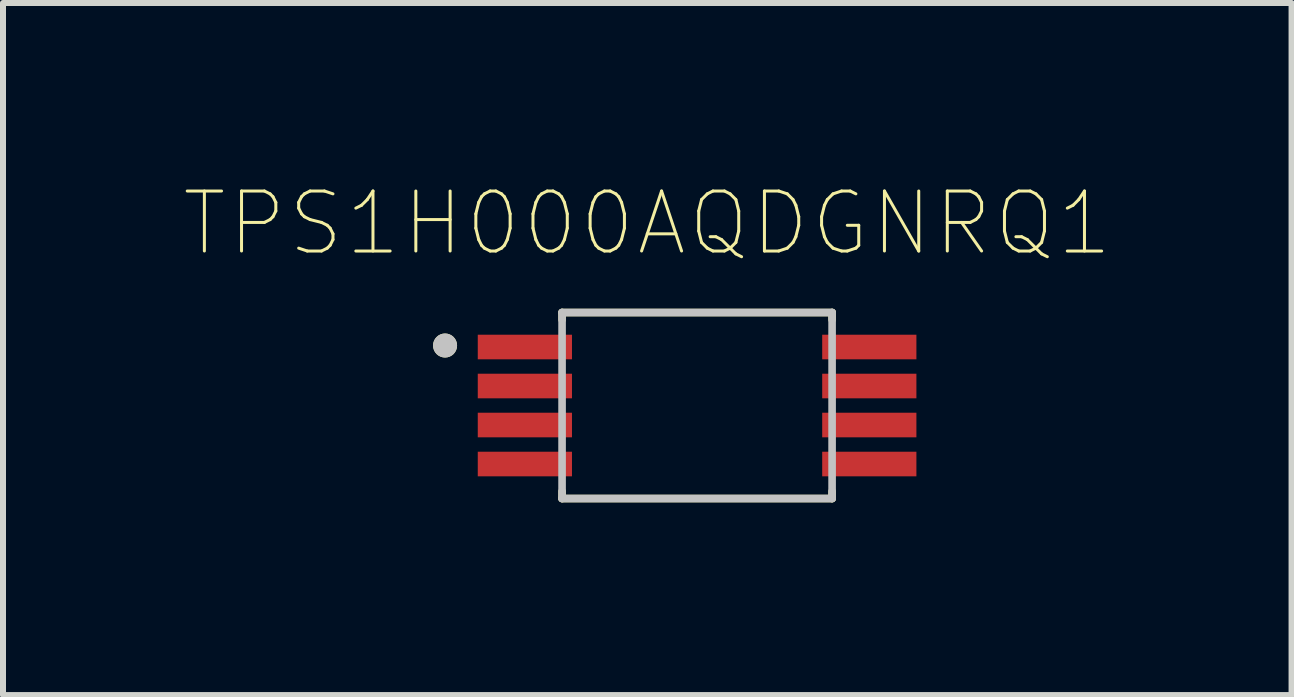
<source format=kicad_pcb>
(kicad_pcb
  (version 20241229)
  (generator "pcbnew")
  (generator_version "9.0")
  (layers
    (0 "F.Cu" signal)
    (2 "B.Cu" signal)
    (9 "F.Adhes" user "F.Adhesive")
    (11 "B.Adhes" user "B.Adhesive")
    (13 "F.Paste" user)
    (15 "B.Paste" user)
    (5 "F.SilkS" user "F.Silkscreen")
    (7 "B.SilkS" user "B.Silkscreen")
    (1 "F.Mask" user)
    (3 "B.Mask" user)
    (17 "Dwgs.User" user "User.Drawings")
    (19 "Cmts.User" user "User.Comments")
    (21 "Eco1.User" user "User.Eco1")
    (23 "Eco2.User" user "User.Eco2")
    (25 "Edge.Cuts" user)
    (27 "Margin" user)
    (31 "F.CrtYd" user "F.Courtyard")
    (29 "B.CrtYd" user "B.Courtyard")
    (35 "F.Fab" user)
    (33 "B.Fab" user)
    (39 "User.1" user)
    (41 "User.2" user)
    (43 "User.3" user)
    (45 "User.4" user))
  (footprint "TPS1H000AQDGNRQ1"
    (layer "F.Cu")
    (at 8.567 3.708)
    (property "Reference" "TPS1H000AQDGNRQ1" (at -0.83 -3.035 0) (layer "F.SilkS") (effects (font (size 1 1) (thickness 0.05))))
    (attr smd)
    (fp_line (start -2.25 -1.55) (end 2.25 -1.55) (stroke (width 0.127) (type solid)) (layer "F.SilkS"))
    (fp_line (start -2.25 -1.43) (end -2.25 -1.55) (stroke (width 0.127) (type solid)) (layer "F.SilkS"))
    (fp_line (start -2.25 1.55) (end -2.25 1.43) (stroke (width 0.127) (type solid)) (layer "F.SilkS"))
    (fp_line (start 2.25 -1.55) (end 2.25 -1.43) (stroke (width 0.127) (type solid)) (layer "F.SilkS"))
    (fp_line (start 2.25 1.43) (end 2.25 1.55) (stroke (width 0.127) (type solid)) (layer "F.SilkS"))
    (fp_line (start 2.25 1.55) (end -2.25 1.55) (stroke (width 0.127) (type solid)) (layer "F.SilkS"))
    (fp_circle (center -4.2 -1) (end -4.1 -1) (stroke (width 0.2) (type solid)) (fill no) (layer "F.SilkS"))
    (fp_line (start -2.25 -1.55) (end 2.25 -1.55) (stroke (width 0.127) (type solid)) (layer "Dwgs.User"))
    (fp_line (start -2.25 1.55) (end -2.25 -1.55) (stroke (width 0.127) (type solid)) (layer "Dwgs.User"))
    (fp_line (start 2.25 -1.55) (end 2.25 1.55) (stroke (width 0.127) (type solid)) (layer "Dwgs.User"))
    (fp_line (start 2.25 1.55) (end -2.25 1.55) (stroke (width 0.127) (type solid)) (layer "Dwgs.User"))
    (fp_circle (center -4.2 -1) (end -4.1 -1) (stroke (width 0.2) (type solid)) (fill no) (layer "Dwgs.User"))
    (fp_line (start -3.91 -1.43) (end -2.5 -1.43) (stroke (width 0.05) (type solid)) (layer "Eco1.User"))
    (fp_line (start -3.91 1.43) (end -3.91 -1.43) (stroke (width 0.05) (type solid)) (layer "Eco1.User"))
    (fp_line (start -2.5 -1.8) (end 2.5 -1.8) (stroke (width 0.05) (type solid)) (layer "Eco1.User"))
    (fp_line (start -2.5 -1.43) (end -2.5 -1.8) (stroke (width 0.05) (type solid)) (layer "Eco1.User"))
    (fp_line (start -2.5 1.43) (end -3.91 1.43) (stroke (width 0.05) (type solid)) (layer "Eco1.User"))
    (fp_line (start -2.5 1.8) (end -2.5 1.43) (stroke (width 0.05) (type solid)) (layer "Eco1.User"))
    (fp_line (start 2.5 -1.8) (end 2.5 -1.43) (stroke (width 0.05) (type solid)) (layer "Eco1.User"))
    (fp_line (start 2.5 -1.43) (end 3.91 -1.43) (stroke (width 0.05) (type solid)) (layer "Eco1.User"))
    (fp_line (start 2.5 1.43) (end 2.5 1.8) (stroke (width 0.05) (type solid)) (layer "Eco1.User"))
    (fp_line (start 2.5 1.8) (end -2.5 1.8) (stroke (width 0.05) (type solid)) (layer "Eco1.User"))
    (fp_line (start 3.91 1.43) (end 2.5 1.43) (stroke (width 0.05) (type solid)) (layer "Eco1.User"))
    (fp_line (start 3.91 1.43) (end 3.91 -1.43) (stroke (width 0.05) (type solid)) (layer "Eco1.User"))
    (pad "1" smd rect (at -2.87 -0.975) (size 1.57 0.41) (layers "F.Cu" "F.Mask" "F.Paste"))
    (pad "2" smd rect (at -2.87 -0.325) (size 1.57 0.41) (layers "F.Cu" "F.Mask" "F.Paste"))
    (pad "3" smd rect (at -2.87 0.325) (size 1.57 0.41) (layers "F.Cu" "F.Mask" "F.Paste"))
    (pad "4" smd rect (at -2.87 0.975) (size 1.57 0.41) (layers "F.Cu" "F.Mask" "F.Paste"))
    (pad "5" smd rect (at 2.87 0.975 180) (size 1.57 0.41) (layers "F.Cu" "F.Mask" "F.Paste"))
    (pad "6" smd rect (at 2.87 0.325 180) (size 1.57 0.41) (layers "F.Cu" "F.Mask" "F.Paste"))
    (pad "7" smd rect (at 2.87 -0.325 180) (size 1.57 0.41) (layers "F.Cu" "F.Mask" "F.Paste"))
    (pad "8" smd rect (at 2.87 -0.975 180) (size 1.57 0.41) (layers "F.Cu" "F.Mask" "F.Paste")))
  (gr_rect
    (start -3 -3)
    (end 18.474 8.533)
    (stroke (width 0.1) (type default))
    (fill no)
    (layer "Edge.Cuts")))
</source>
